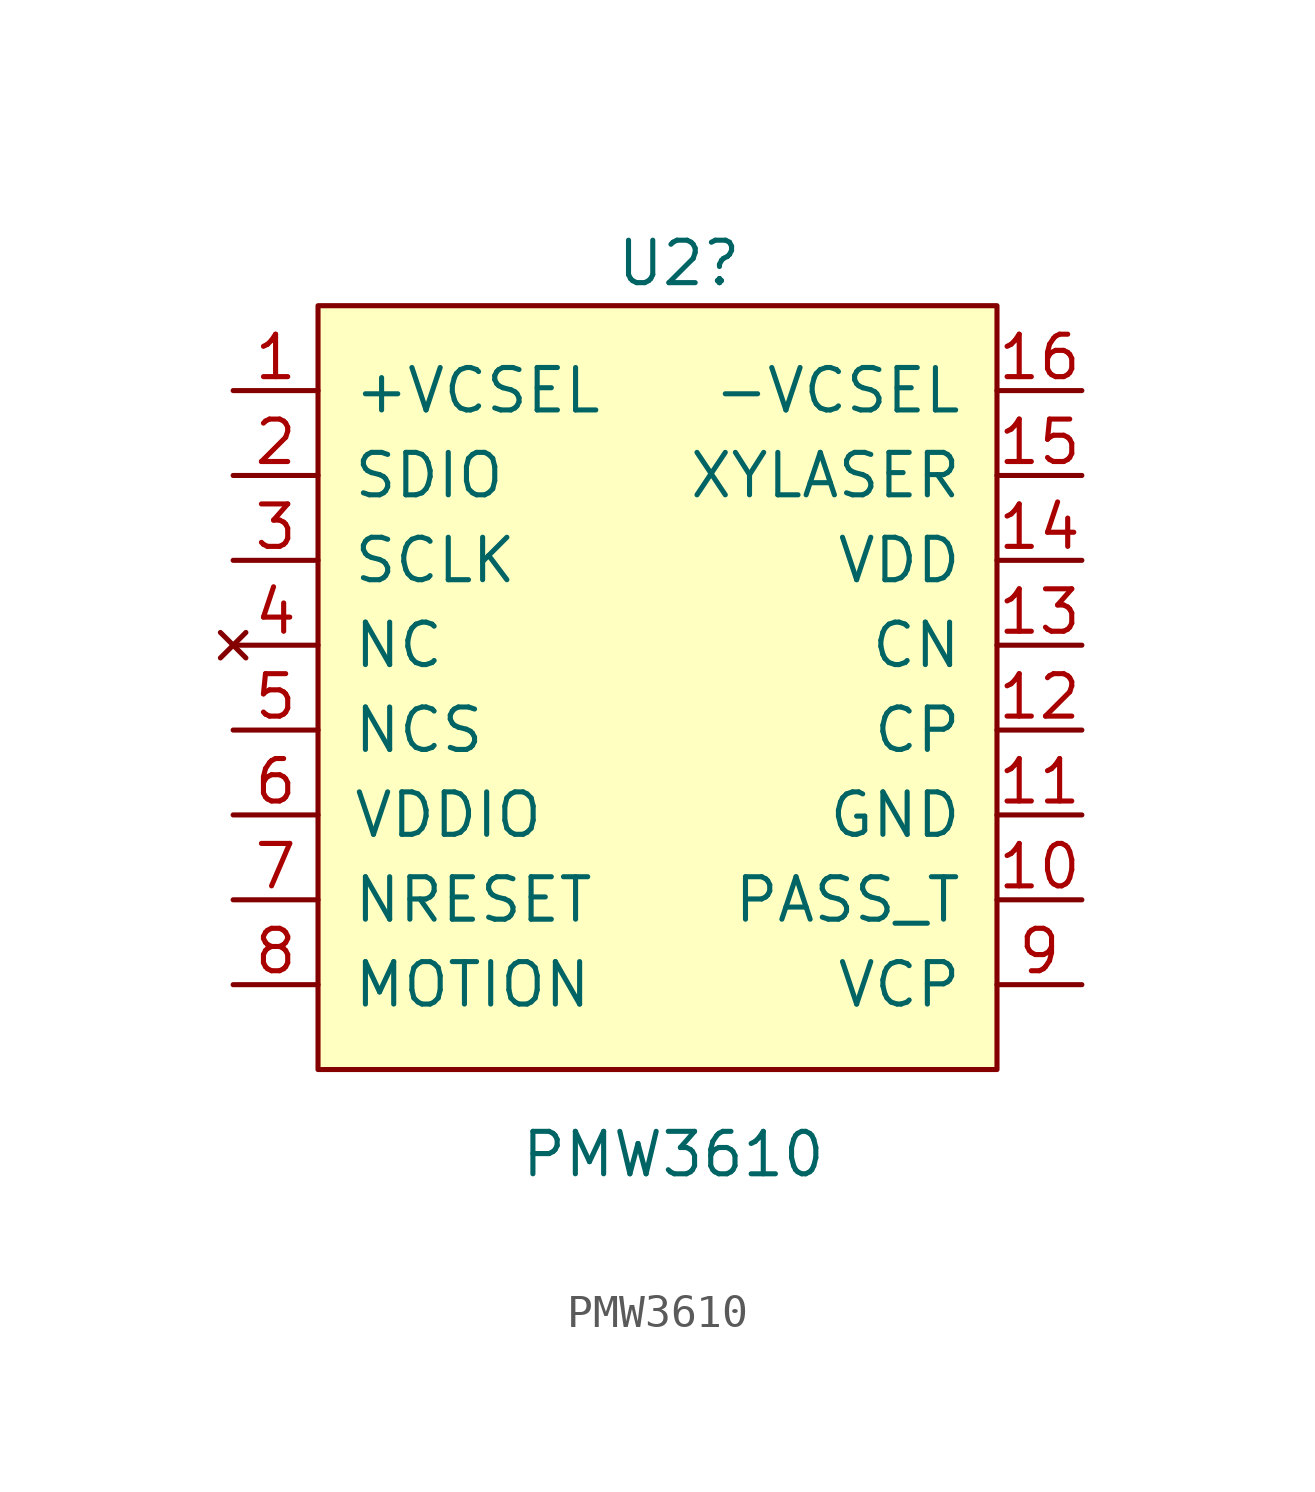
<source format=kicad_sym>
(kicad_symbol_lib
  (version 20241209)
  (generator "kicad_symbol_editor")
  (generator_version "9.0")
  (symbol "PMW3610"
    (pin_names
      (offset 1.016))
    (property "Reference" "U2"
      (at -1.27 13.97 0)
      (effects (font (size 1.27 1.27)) (justify left)))
    (property "Value" "PMW3610"
      (at 5.08 -12.7 0)
      (effects (font (size 1.27 1.27)) (justify right)))
    (property "Description" ""
      (at 0 0 0)
      (effects (font (size 1.27 1.27))))
    (symbol "PMW3610_0_0"
      (pin input line (at -12.7 10.16 0) (length 2.54) (name "+VCSEL" (effects (font (size 1.27 1.27)))) (number "1" (effects (font (size 1.27 1.27)))))
      (pin bidirectional line (at -12.7 7.62 0) (length 2.54) (name "SDIO" (effects (font (size 1.27 1.27)))) (number "2" (effects (font (size 1.27 1.27)))))
      (pin input line (at -12.7 5.08 0) (length 2.54) (name "SCLK" (effects (font (size 1.27 1.27)))) (number "3" (effects (font (size 1.27 1.27)))))
      (pin no_connect line (at -12.7 2.54 0) (length 2.54) (name "NC" (effects (font (size 1.27 1.27)))) (number "4" (effects (font (size 1.27 1.27)))))
      (pin input line (at -12.7 0 0) (length 2.54) (name "NCS" (effects (font (size 1.27 1.27)))) (number "5" (effects (font (size 1.27 1.27)))))
      (pin input line (at -12.7 -2.54 0) (length 2.54) (name "VDDIO" (effects (font (size 1.27 1.27)))) (number "6" (effects (font (size 1.27 1.27)))))
      (pin input line (at -12.7 -5.08 0) (length 2.54) (name "NRESET" (effects (font (size 1.27 1.27)))) (number "7" (effects (font (size 1.27 1.27)))))
      (pin output line (at -12.7 -7.62 0) (length 2.54) (name "MOTION" (effects (font (size 1.27 1.27)))) (number "8" (effects (font (size 1.27 1.27)))))
      (pin unspecified line (at 12.7 10.16 180) (length 2.54) (name "-VCSEL" (effects (font (size 1.27 1.27)))) (number "16" (effects (font (size 1.27 1.27)))))
      (pin input line (at 12.7 7.62 180) (length 2.54) (name "XYLASER" (effects (font (size 1.27 1.27)))) (number "15" (effects (font (size 1.27 1.27)))))
      (pin power_in line (at 12.7 5.08 180) (length 2.54) (name "VDD" (effects (font (size 1.27 1.27)))) (number "14" (effects (font (size 1.27 1.27)))))
      (pin unspecified line (at 12.7 2.54 180) (length 2.54) (name "CN" (effects (font (size 1.27 1.27)))) (number "13" (effects (font (size 1.27 1.27)))))
      (pin unspecified line (at 12.7 0 180) (length 2.54) (name "CP" (effects (font (size 1.27 1.27)))) (number "12" (effects (font (size 1.27 1.27)))))
      (pin input line (at 12.7 -2.54 180) (length 2.54) (name "GND" (effects (font (size 1.27 1.27)))) (number "11" (effects (font (size 1.27 1.27)))))
      (pin unspecified line (at 12.7 -5.08 180) (length 2.54) (name "PASS_T" (effects (font (size 1.27 1.27)))) (number "10" (effects (font (size 1.27 1.27)))))
      (pin unspecified line (at 12.7 -7.62 180) (length 2.54) (name "VCP" (effects (font (size 1.27 1.27)))) (number "9" (effects (font (size 1.27 1.27))))))
    (symbol "PMW3610_0_1"
      (rectangle (start -10.16 12.7) (end 10.16 -10.16) (stroke (width 0) (type default)) (fill (type background))))))
</source>
